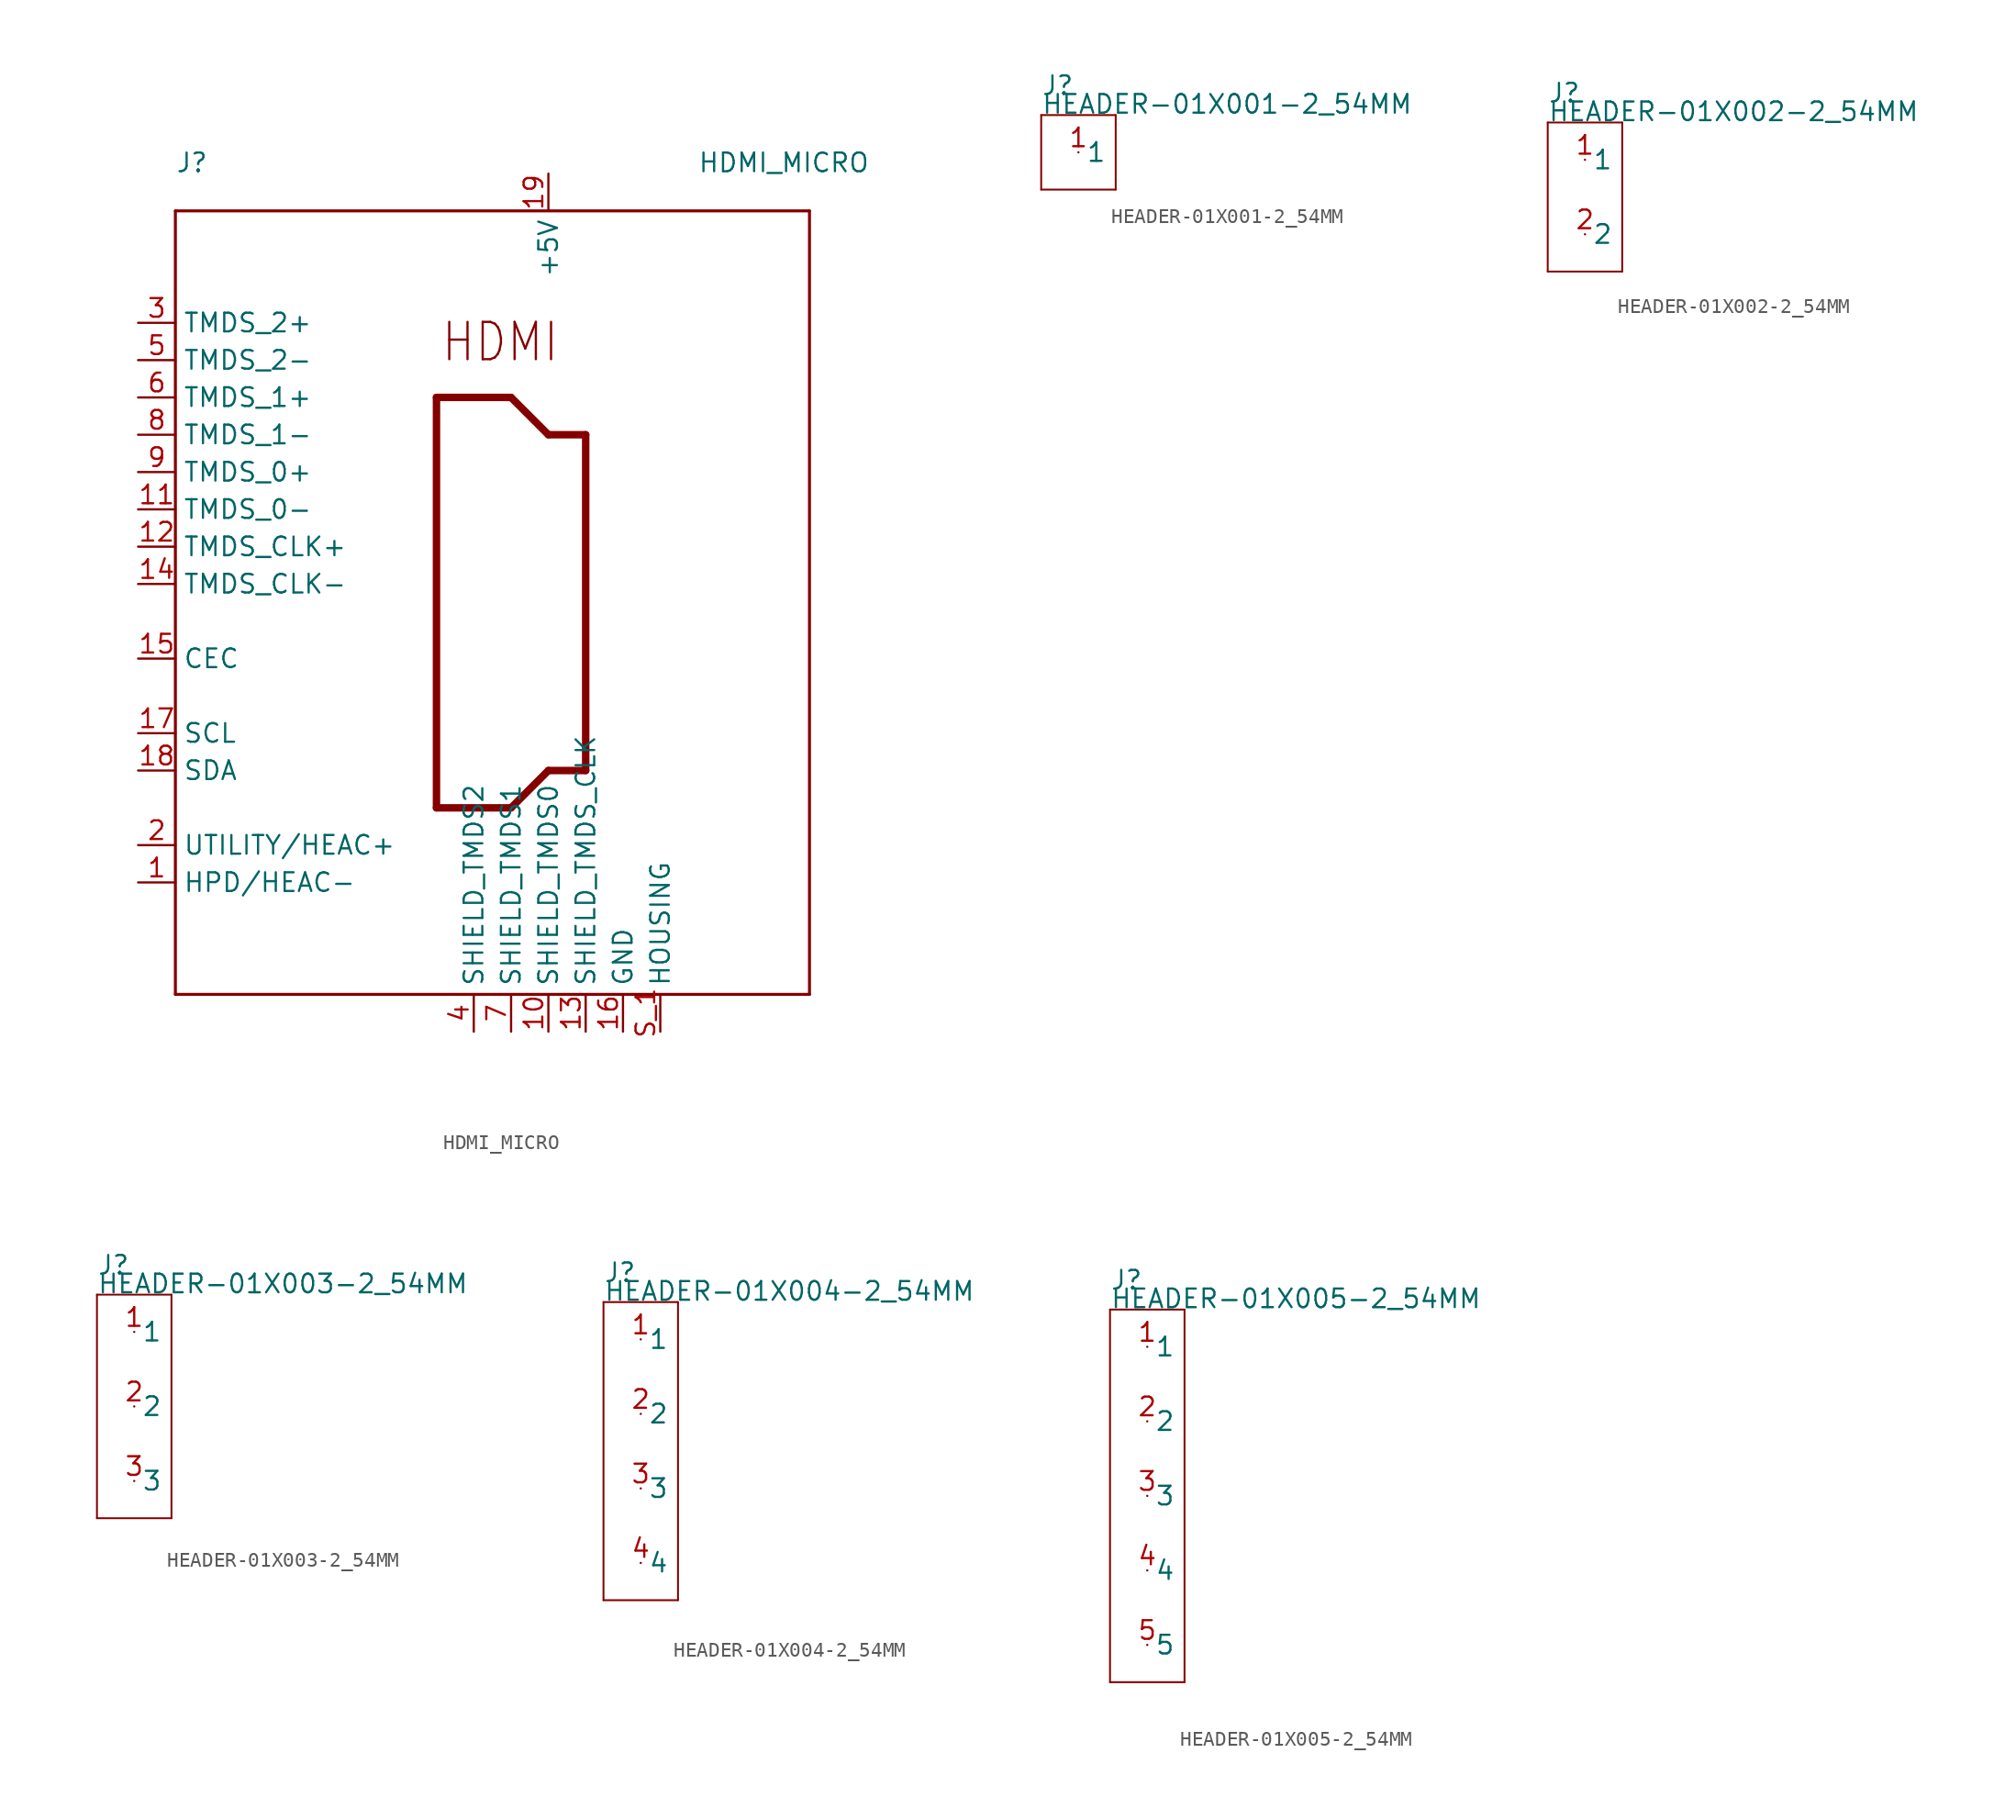
<source format=kicad_sym>
(kicad_symbol_lib
  (version 20211014)
  (generator kicad_symbol_editor)
  (symbol "HDMI_MICRO"
    (pin_names)
    (property "Reference" "J"
      (at -22.86 27.94 0)
      (effects (font (size 1.27 1.27)) (justify left bottom)))
    (property "Value" "HDMI_MICRO"
      (at 12.7 27.94 0)
      (effects (font (size 1.27 1.27)) (justify left bottom)))
    (property "Datasheet" ""
      (at 0 0 0))
    (property "ki_description" "HDMI Port  - 19 channel HDMI   Component Search:  [DATA SHEET NAME]   Datasheet:  [DATA SHEET NAME] "
      (at 0 0 0))
    (property "ki_fp_filters" "FlashPCB_Connectors:HDMI-MICRO-10118242-001RLF"
      (at 0 0 0))
    (symbol "HDMI_MICRO_1_1"
      (text "HDMI" (at -4.826 14.986 0) (effects (font (size 2.54 2.172)) (justify left bottom)))
      (polyline (pts (xy -22.86 25.4) (xy 20.32 25.4)) (stroke (width 0.203)) (fill (type none)))
      (polyline (pts (xy 20.32 25.4) (xy 20.32 -27.94)) (stroke (width 0.203)) (fill (type none)))
      (polyline (pts (xy 20.32 -27.94) (xy -22.86 -27.94)) (stroke (width 0.203)) (fill (type none)))
      (polyline (pts (xy -22.86 -27.94) (xy -22.86 25.4)) (stroke (width 0.203)) (fill (type none)))
      (polyline (pts (xy -5.08 12.7) (xy -5.08 -15.24)) (stroke (width 0.508)) (fill (type none)))
      (polyline (pts (xy -5.08 -15.24) (xy 0 -15.24)) (stroke (width 0.508)) (fill (type none)))
      (polyline (pts (xy 0 -15.24) (xy 2.54 -12.7)) (stroke (width 0.508)) (fill (type none)))
      (polyline (pts (xy 2.54 -12.7) (xy 5.08 -12.7)) (stroke (width 0.508)) (fill (type none)))
      (polyline (pts (xy 5.08 -12.7) (xy 5.08 10.16)) (stroke (width 0.508)) (fill (type none)))
      (polyline (pts (xy 5.08 10.16) (xy 2.54 10.16)) (stroke (width 0.508)) (fill (type none)))
      (polyline (pts (xy 2.54 10.16) (xy 0 12.7)) (stroke (width 0.508)) (fill (type none)))
      (polyline (pts (xy 0 12.7) (xy -5.08 12.7)) (stroke (width 0.508)) (fill (type none)))
      (pin bidirectional line (at -25.4 17.78 0) (length 2.54) (name "TMDS_2+" (effects (font (size 1.27 1.27)))) (number "3" (effects (font (size 1.27 1.27)))))
      (pin bidirectional line (at -2.54 -30.48 90) (length 2.54) (name "SHIELD_TMDS2" (effects (font (size 1.27 1.27)))) (number "4" (effects (font (size 1.27 1.27)))))
      (pin bidirectional line (at -25.4 15.24 0) (length 2.54) (name "TMDS_2-" (effects (font (size 1.27 1.27)))) (number "5" (effects (font (size 1.27 1.27)))))
      (pin bidirectional line (at -25.4 12.7 0) (length 2.54) (name "TMDS_1+" (effects (font (size 1.27 1.27)))) (number "6" (effects (font (size 1.27 1.27)))))
      (pin bidirectional line (at 0 -30.48 90) (length 2.54) (name "SHIELD_TMDS1" (effects (font (size 1.27 1.27)))) (number "7" (effects (font (size 1.27 1.27)))))
      (pin bidirectional line (at -25.4 10.16 0) (length 2.54) (name "TMDS_1-" (effects (font (size 1.27 1.27)))) (number "8" (effects (font (size 1.27 1.27)))))
      (pin bidirectional line (at -25.4 7.62 0) (length 2.54) (name "TMDS_0+" (effects (font (size 1.27 1.27)))) (number "9" (effects (font (size 1.27 1.27)))))
      (pin bidirectional line (at 2.54 -30.48 90) (length 2.54) (name "SHIELD_TMDS0" (effects (font (size 1.27 1.27)))) (number "10" (effects (font (size 1.27 1.27)))))
      (pin bidirectional line (at -25.4 5.08 0) (length 2.54) (name "TMDS_0-" (effects (font (size 1.27 1.27)))) (number "11" (effects (font (size 1.27 1.27)))))
      (pin bidirectional line (at -25.4 2.54 0) (length 2.54) (name "TMDS_CLK+" (effects (font (size 1.27 1.27)))) (number "12" (effects (font (size 1.27 1.27)))))
      (pin bidirectional line (at 5.08 -30.48 90) (length 2.54) (name "SHIELD_TMDS_CLK" (effects (font (size 1.27 1.27)))) (number "13" (effects (font (size 1.27 1.27)))))
      (pin bidirectional line (at -25.4 0 0) (length 2.54) (name "TMDS_CLK-" (effects (font (size 1.27 1.27)))) (number "14" (effects (font (size 1.27 1.27)))))
      (pin bidirectional line (at -25.4 -5.08 0) (length 2.54) (name "CEC" (effects (font (size 1.27 1.27)))) (number "15" (effects (font (size 1.27 1.27)))))
      (pin bidirectional line (at -25.4 -17.78 0) (length 2.54) (name "UTILITY/HEAC+" (effects (font (size 1.27 1.27)))) (number "2" (effects (font (size 1.27 1.27)))))
      (pin bidirectional line (at -25.4 -10.16 0) (length 2.54) (name "SCL" (effects (font (size 1.27 1.27)))) (number "17" (effects (font (size 1.27 1.27)))))
      (pin bidirectional line (at -25.4 -12.7 0) (length 2.54) (name "SDA" (effects (font (size 1.27 1.27)))) (number "18" (effects (font (size 1.27 1.27)))))
      (pin bidirectional line (at 7.62 -30.48 90) (length 2.54) (name "GND" (effects (font (size 1.27 1.27)))) (number "16" (effects (font (size 1.27 1.27)))))
      (pin bidirectional line (at 2.54 27.94 270) (length 2.54) (name "+5V" (effects (font (size 1.27 1.27)))) (number "19" (effects (font (size 1.27 1.27)))))
      (pin bidirectional line (at -25.4 -20.32 0) (length 2.54) (name "HPD/HEAC-" (effects (font (size 1.27 1.27)))) (number "1" (effects (font (size 1.27 1.27)))))
      (pin bidirectional line (at 10.16 -30.48 90) (length 2.54) (name "HOUSING" (effects (font (size 1.27 1.27)))) (number "S_1" (effects (font (size 1.27 1.27)))))
      (pin bidirectional line (at 10.16 -30.48 90) (length 2.54) hide (name "HOUSING" (effects (font (size 1.27 1.27)))) (number "S_2" (effects (font (size 1.27 1.27)))))
      (pin bidirectional line (at 10.16 -30.48 90) (length 2.54) hide (name "HOUSING" (effects (font (size 1.27 1.27)))) (number "S_3" (effects (font (size 1.27 1.27)))))
      (pin bidirectional line (at 10.16 -30.48 90) (length 2.54) hide (name "HOUSING" (effects (font (size 1.27 1.27)))) (number "S_4" (effects (font (size 1.27 1.27)))))))
  (symbol "HEADER-01X001-2_54MM"
    (pin_names)
    (property "Reference" "J"
      (at -2.54 3.81 0)
      (effects (font (size 1.27 1.27)) (justify left bottom)))
    (property "Value" "HEADER-01X001-2_54MM"
      (at -2.54 2.54 0)
      (effects (font (size 1.27 1.27)) (justify left bottom)))
    (property "Datasheet" ""
      (at 0 0 0))
    (property "ki_description" "Header 1x1  - Header Vertical 1POS 2.54MM Technical Specifications: Pitch: 0.1\" (2.54mm) "
      (at 0 0 0))
    (property "ki_fp_filters" "FlashPCB_Connectors:HEADER-THT-01X001-2_54MM FlashPCB_Connectors:HEADER-THT-LONG-01X001-2_54MM FlashPCB_Connectors:HEADER-THT-NOSILK-01X001-2_54MM FlashPCB_Connectors:HEADER-THT-LONG-NOSILK-01X001-2_54MM"
      (at 0 0 0))
    (symbol "HEADER-01X001-2_54MM_1_1"
      (polyline (pts (xy -2.54 2.54) (xy 2.54 2.54)) (stroke (width 0.127)) (fill (type none)))
      (polyline (pts (xy 2.54 2.54) (xy 2.54 -2.54)) (stroke (width 0.127)) (fill (type none)))
      (polyline (pts (xy 2.54 -2.54) (xy -2.54 -2.54)) (stroke (width 0.127)) (fill (type none)))
      (polyline (pts (xy -2.54 -2.54) (xy -2.54 2.54)) (stroke (width 0.127)) (fill (type none)))
      (pin bidirectional line (at 0 0 0) (length 0) (name "1" (effects (font (size 1.27 1.27)))) (number "1" (effects (font (size 1.27 1.27)))))))
  (symbol "HEADER-01X002-2_54MM"
    (pin_names)
    (property "Reference" "J"
      (at -2.54 6.35 0)
      (effects (font (size 1.27 1.27)) (justify left bottom)))
    (property "Value" "HEADER-01X002-2_54MM"
      (at -2.54 5.08 0)
      (effects (font (size 1.27 1.27)) (justify left bottom)))
    (property "Datasheet" ""
      (at 0 0 0))
    (property "ki_description" "Header 1x2  - Header Vertical 2POS 2.54MM Technical Specifications: Pitch: 0.1\" (2.54mm) "
      (at 0 0 0))
    (property "ki_fp_filters" "FlashPCB_Connectors:HEADER-THT-01X002-2_54MM FlashPCB_Connectors:HEADER-THT-LONG-01X002-2_54MM FlashPCB_Connectors:HEADER-THT-NOSILK-01X002-2_54MM FlashPCB_Connectors:HEADER-THT-LONG-NOSILK-01X002-2_54MM"
      (at 0 0 0))
    (symbol "HEADER-01X002-2_54MM_1_1"
      (polyline (pts (xy -2.54 5.08) (xy 2.54 5.08)) (stroke (width 0.127)) (fill (type none)))
      (polyline (pts (xy 2.54 5.08) (xy 2.54 -5.08)) (stroke (width 0.127)) (fill (type none)))
      (polyline (pts (xy 2.54 -5.08) (xy -2.54 -5.08)) (stroke (width 0.127)) (fill (type none)))
      (polyline (pts (xy -2.54 -5.08) (xy -2.54 5.08)) (stroke (width 0.127)) (fill (type none)))
      (pin bidirectional line (at 0 2.54 0) (length 0) (name "1" (effects (font (size 1.27 1.27)))) (number "1" (effects (font (size 1.27 1.27)))))
      (pin bidirectional line (at 0 -2.54 0) (length 0) (name "2" (effects (font (size 1.27 1.27)))) (number "2" (effects (font (size 1.27 1.27)))))))
  (symbol "HEADER-01X003-2_54MM"
    (pin_names)
    (property "Reference" "J"
      (at -2.54 8.89 0)
      (effects (font (size 1.27 1.27)) (justify left bottom)))
    (property "Value" "HEADER-01X003-2_54MM"
      (at -2.54 7.62 0)
      (effects (font (size 1.27 1.27)) (justify left bottom)))
    (property "Datasheet" ""
      (at 0 0 0))
    (property "ki_description" "Header 1x3  - Header Vertical 3POS 2.54MM Technical Specifications: Pitch: 0.1\" (2.54mm) "
      (at 0 0 0))
    (property "ki_fp_filters" "FlashPCB_Connectors:HEADER-THT-01X003-2_54MM FlashPCB_Connectors:HEADER-THT-LONG-01X003-2_54MM FlashPCB_Connectors:HEADER-THT-NOSILK-01X003-2_54MM FlashPCB_Connectors:HEADER-THT-LONG-NOSILK-01X003-2_54MM"
      (at 0 0 0))
    (symbol "HEADER-01X003-2_54MM_1_1"
      (polyline (pts (xy -2.54 7.62) (xy 2.54 7.62)) (stroke (width 0.127)) (fill (type none)))
      (polyline (pts (xy 2.54 7.62) (xy 2.54 -7.62)) (stroke (width 0.127)) (fill (type none)))
      (polyline (pts (xy 2.54 -7.62) (xy -2.54 -7.62)) (stroke (width 0.127)) (fill (type none)))
      (polyline (pts (xy -2.54 -7.62) (xy -2.54 7.62)) (stroke (width 0.127)) (fill (type none)))
      (pin bidirectional line (at 0 5.08 0) (length 0) (name "1" (effects (font (size 1.27 1.27)))) (number "1" (effects (font (size 1.27 1.27)))))
      (pin bidirectional line (at 0 0 0) (length 0) (name "2" (effects (font (size 1.27 1.27)))) (number "2" (effects (font (size 1.27 1.27)))))
      (pin bidirectional line (at 0 -5.08 0) (length 0) (name "3" (effects (font (size 1.27 1.27)))) (number "3" (effects (font (size 1.27 1.27)))))))
  (symbol "HEADER-01X004-2_54MM"
    (pin_names)
    (property "Reference" "J"
      (at -2.54 11.43 0)
      (effects (font (size 1.27 1.27)) (justify left bottom)))
    (property "Value" "HEADER-01X004-2_54MM"
      (at -2.54 10.16 0)
      (effects (font (size 1.27 1.27)) (justify left bottom)))
    (property "Datasheet" ""
      (at 0 0 0))
    (property "ki_description" "Header 1x4  - Header Vertical 4POS 2.54MM Technical Specifications: Pitch: 0.1\" (2.54mm) "
      (at 0 0 0))
    (property "ki_fp_filters" "FlashPCB_Connectors:HEADER-THT-01X004-2_54MM FlashPCB_Connectors:HEADER-THT-LONG-01X004-2_54MM FlashPCB_Connectors:HEADER-THT-NOSILK-01X004-2_54MM FlashPCB_Connectors:HEADER-THT-LONG-NOSILK-01X004-2_54MM"
      (at 0 0 0))
    (symbol "HEADER-01X004-2_54MM_1_1"
      (polyline (pts (xy -2.54 10.16) (xy 2.54 10.16)) (stroke (width 0.127)) (fill (type none)))
      (polyline (pts (xy 2.54 10.16) (xy 2.54 -10.16)) (stroke (width 0.127)) (fill (type none)))
      (polyline (pts (xy 2.54 -10.16) (xy -2.54 -10.16)) (stroke (width 0.127)) (fill (type none)))
      (polyline (pts (xy -2.54 -10.16) (xy -2.54 10.16)) (stroke (width 0.127)) (fill (type none)))
      (pin bidirectional line (at 0 7.62 0) (length 0) (name "1" (effects (font (size 1.27 1.27)))) (number "1" (effects (font (size 1.27 1.27)))))
      (pin bidirectional line (at 0 2.54 0) (length 0) (name "2" (effects (font (size 1.27 1.27)))) (number "2" (effects (font (size 1.27 1.27)))))
      (pin bidirectional line (at 0 -2.54 0) (length 0) (name "3" (effects (font (size 1.27 1.27)))) (number "3" (effects (font (size 1.27 1.27)))))
      (pin bidirectional line (at 0 -7.62 0) (length 0) (name "4" (effects (font (size 1.27 1.27)))) (number "4" (effects (font (size 1.27 1.27)))))))
  (symbol "HEADER-01X005-2_54MM"
    (pin_names)
    (property "Reference" "J"
      (at -2.54 13.97 0)
      (effects (font (size 1.27 1.27)) (justify left bottom)))
    (property "Value" "HEADER-01X005-2_54MM"
      (at -2.54 12.7 0)
      (effects (font (size 1.27 1.27)) (justify left bottom)))
    (property "Datasheet" ""
      (at 0 0 0))
    (property "ki_description" "Header 1x5  - Header Vertical 5POS 2.54MM Technical Specifications: Pitch: 0.1\" (2.54mm) "
      (at 0 0 0))
    (property "ki_fp_filters" "FlashPCB_Connectors:HEADER-THT-01X005-2_54MM FlashPCB_Connectors:HEADER-THT-LONG-01X005-2_54MM FlashPCB_Connectors:HEADER-THT-NOSILK-01X005-2_54MM FlashPCB_Connectors:HEADER-THT-LONG-NOSILK-01X005-2_54MM"
      (at 0 0 0))
    (symbol "HEADER-01X005-2_54MM_1_1"
      (polyline (pts (xy -2.54 12.7) (xy 2.54 12.7)) (stroke (width 0.127)) (fill (type none)))
      (polyline (pts (xy 2.54 12.7) (xy 2.54 -12.7)) (stroke (width 0.127)) (fill (type none)))
      (polyline (pts (xy 2.54 -12.7) (xy -2.54 -12.7)) (stroke (width 0.127)) (fill (type none)))
      (polyline (pts (xy -2.54 -12.7) (xy -2.54 12.7)) (stroke (width 0.127)) (fill (type none)))
      (pin bidirectional line (at 0 10.16 0) (length 0) (name "1" (effects (font (size 1.27 1.27)))) (number "1" (effects (font (size 1.27 1.27)))))
      (pin bidirectional line (at 0 5.08 0) (length 0) (name "2" (effects (font (size 1.27 1.27)))) (number "2" (effects (font (size 1.27 1.27)))))
      (pin bidirectional line (at 0 0 0) (length 0) (name "3" (effects (font (size 1.27 1.27)))) (number "3" (effects (font (size 1.27 1.27)))))
      (pin bidirectional line (at 0 -5.08 0) (length 0) (name "4" (effects (font (size 1.27 1.27)))) (number "4" (effects (font (size 1.27 1.27)))))
      (pin bidirectional line (at 0 -10.16 0) (length 0) (name "5" (effects (font (size 1.27 1.27)))) (number "5" (effects (font (size 1.27 1.27))))))))
</source>
